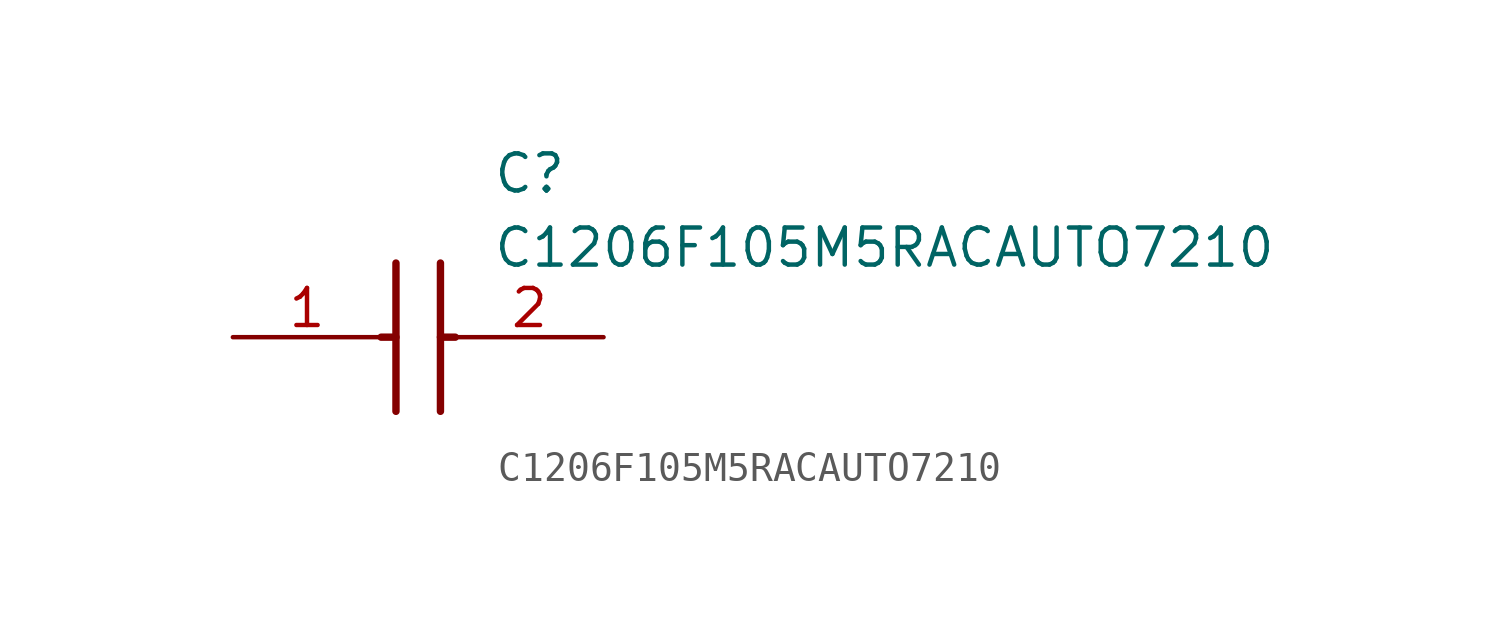
<source format=kicad_sym>
(kicad_symbol_lib
  (version 20211014)
  (generator SamacSys_ECAD_Model)
  (symbol "C1206F105M5RACAUTO7210"
    (pin_names hide)
    (property "Reference" "C"
      (at 8.89 6.35 0)
      (effects (font (size 1.27 1.27)) (justify left top)))
    (property "Value" "C1206F105M5RACAUTO7210"
      (at 8.89 3.81 0)
      (effects (font (size 1.27 1.27)) (justify left top)))
    (polyline
      (pts (xy 5.588 2.54) (xy 5.588 -2.54))
      (stroke (width 0.254) (type default))
      (fill (type none)))
    (polyline
      (pts (xy 7.112 2.54) (xy 7.112 -2.54))
      (stroke (width 0.254) (type default))
      (fill (type none)))
    (polyline
      (pts (xy 5.08 0) (xy 5.588 0))
      (stroke (width 0.254) (type default))
      (fill (type none)))
    (polyline
      (pts (xy 7.112 0) (xy 7.62 0))
      (stroke (width 0.254) (type default))
      (fill (type none)))
    (pin passive line
      (at 0 0 0)
      (length 5.08)
      (name "1" (effects (font (size 1.27 1.27))))
      (number "1" (effects (font (size 1.27 1.27)))))
    (pin passive line
      (at 12.7 0 180)
      (length 5.08)
      (name "2" (effects (font (size 1.27 1.27))))
      (number "2" (effects (font (size 1.27 1.27)))))))
</source>
